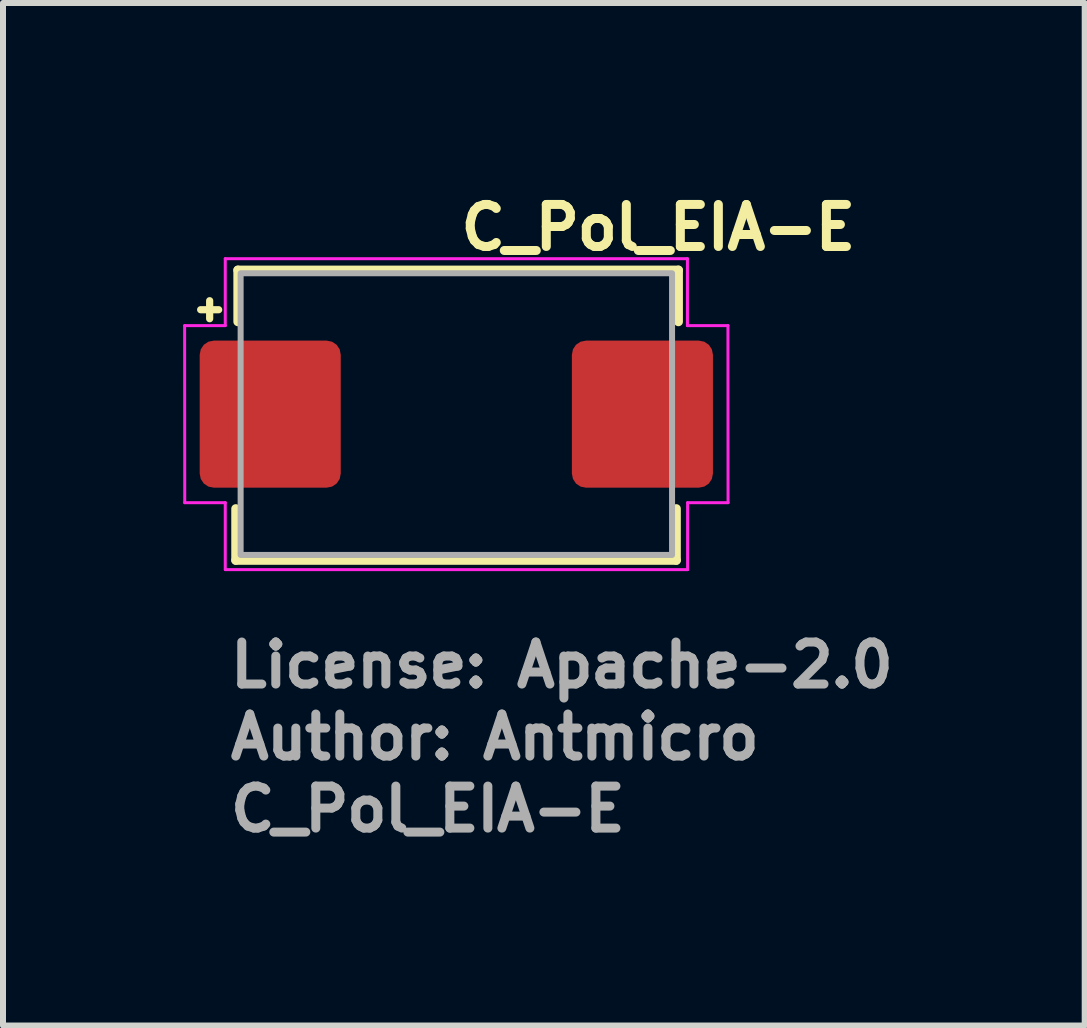
<source format=kicad_pcb>
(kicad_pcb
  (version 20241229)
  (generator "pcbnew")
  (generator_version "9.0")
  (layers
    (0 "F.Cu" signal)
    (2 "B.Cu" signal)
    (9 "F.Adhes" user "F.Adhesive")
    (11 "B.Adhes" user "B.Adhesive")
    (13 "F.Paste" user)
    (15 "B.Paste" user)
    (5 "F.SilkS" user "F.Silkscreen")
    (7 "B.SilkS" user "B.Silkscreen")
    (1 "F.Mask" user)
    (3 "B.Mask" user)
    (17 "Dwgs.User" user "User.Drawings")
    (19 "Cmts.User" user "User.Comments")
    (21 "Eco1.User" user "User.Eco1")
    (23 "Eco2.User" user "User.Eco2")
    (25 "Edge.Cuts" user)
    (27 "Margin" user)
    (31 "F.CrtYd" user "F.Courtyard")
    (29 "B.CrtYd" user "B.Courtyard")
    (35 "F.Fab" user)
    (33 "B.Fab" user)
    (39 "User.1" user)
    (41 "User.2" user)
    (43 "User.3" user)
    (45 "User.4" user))
  (footprint "C_Pol_EIA-E"
    (layer "F.Cu")
    (at 4.553 3.85)
    (property "Reference" "C_Pol_EIA-E" (at 0 -2.7 0) (layer "F.SilkS") (effects (font (size 0.7 0.7) (thickness 0.15)) (justify left bottom)))
    (attr smd)
    (fp_line (start -4.26 -1.74) (end -3.96 -1.74) (stroke (width 0.12) (type solid)) (layer "F.SilkS"))
    (fp_line (start -4.11 -1.89) (end -4.11 -1.59) (stroke (width 0.12) (type solid)) (layer "F.SilkS"))
    (fp_line (start -3.675 1.575) (end -3.675 2.435) (stroke (width 0.15) (type solid)) (layer "F.SilkS"))
    (fp_line (start -3.675 2.435) (end 3.665 2.435) (stroke (width 0.15) (type solid)) (layer "F.SilkS"))
    (fp_line (start -3.64 -1.54) (end -3.64 -2.4) (stroke (width 0.15) (type solid)) (layer "F.SilkS"))
    (fp_line (start 3.665 1.575) (end 3.665 2.435) (stroke (width 0.15) (type solid)) (layer "F.SilkS"))
    (fp_line (start 3.7 -2.4) (end -3.64 -2.4) (stroke (width 0.15) (type solid)) (layer "F.SilkS"))
    (fp_line (start 3.7 -1.54) (end 3.7 -2.4) (stroke (width 0.15) (type solid)) (layer "F.SilkS"))
    (fp_line (start -4.527 -1.475) (end -4.525 1.475) (stroke (width 0.05) (type solid)) (layer "F.CrtYd"))
    (fp_line (start -3.85 -1.475) (end -4.525 -1.475) (stroke (width 0.05) (type solid)) (layer "F.CrtYd"))
    (fp_line (start -3.85 -1.475) (end -3.85 -2.59) (stroke (width 0.05) (type solid)) (layer "F.CrtYd"))
    (fp_line (start -3.85 1.475) (end -4.525 1.475) (stroke (width 0.05) (type solid)) (layer "F.CrtYd"))
    (fp_line (start -3.85 2.59) (end -3.85 1.475) (stroke (width 0.05) (type solid)) (layer "F.CrtYd"))
    (fp_line (start 3.85 -2.59) (end -3.85 -2.59) (stroke (width 0.05) (type solid)) (layer "F.CrtYd"))
    (fp_line (start 3.85 -1.475) (end 3.85 -2.59) (stroke (width 0.05) (type solid)) (layer "F.CrtYd"))
    (fp_line (start 3.85 -1.475) (end 4.525 -1.475) (stroke (width 0.05) (type solid)) (layer "F.CrtYd"))
    (fp_line (start 3.853 2.59) (end -3.848 2.59) (stroke (width 0.05) (type solid)) (layer "F.CrtYd"))
    (fp_line (start 3.853 2.59) (end 3.853 1.475) (stroke (width 0.05) (type solid)) (layer "F.CrtYd"))
    (fp_line (start 4.525 -1.475) (end 4.527 1.475) (stroke (width 0.05) (type solid)) (layer "F.CrtYd"))
    (fp_line (start 4.527 1.475) (end 3.853 1.475) (stroke (width 0.05) (type solid)) (layer "F.CrtYd"))
    (fp_rect (start -3.594 -2.347) (end 3.594 2.346) (stroke (width 0.1) (type solid)) (fill no) (layer "F.Fab"))
    (fp_rect (start -3.594 -2.347) (end 3.594 2.346) (stroke (width 0.1) (type solid)) (fill no) (layer "User.5"))
    (fp_line (start -3.594 -2.346) (end -3.457 -2.208) (stroke (width 0.02) (type solid)) (layer "User.9"))
    (fp_line (start -3.594 -2.346) (end 3.594 -2.346) (stroke (width 0.02) (type solid)) (layer "User.9"))
    (fp_line (start -3.594 -1.192) (end -3.594 -2.346) (stroke (width 0.02) (type solid)) (layer "User.9"))
    (fp_line (start -3.594 1.194) (end -3.594 -1.192) (stroke (width 0.02) (type solid)) (layer "User.9"))
    (fp_line (start -3.594 2.347) (end -3.594 1.194) (stroke (width 0.02) (type solid)) (layer "User.9"))
    (fp_line (start -3.594 2.347) (end 3.594 2.347) (stroke (width 0.02) (type solid)) (layer "User.9"))
    (fp_line (start -3.457 -2.208) (end -3.457 2.21) (stroke (width 0.02) (type solid)) (layer "User.9"))
    (fp_line (start -3.457 -2.208) (end 3.457 -2.208) (stroke (width 0.02) (type solid)) (layer "User.9"))
    (fp_line (start -3.457 2.21) (end -3.594 2.347) (stroke (width 0.02) (type solid)) (layer "User.9"))
    (fp_line (start -3.457 2.21) (end 3.457 2.21) (stroke (width 0.02) (type solid)) (layer "User.9"))
    (fp_line (start -3.297 -2.048) (end -2.144 -2.048) (stroke (width 0.02) (type solid)) (layer "User.9"))
    (fp_line (start -3.297 2.05) (end -3.297 -2.048) (stroke (width 0.02) (type solid)) (layer "User.9"))
    (fp_line (start -2.144 -2.048) (end -2.144 2.05) (stroke (width 0.02) (type solid)) (layer "User.9"))
    (fp_line (start -2.144 2.05) (end -3.297 2.05) (stroke (width 0.02) (type solid)) (layer "User.9"))
    (fp_line (start 3.457 -2.208) (end 3.594 -2.346) (stroke (width 0.02) (type solid)) (layer "User.9"))
    (fp_line (start 3.457 2.21) (end 3.457 -2.208) (stroke (width 0.02) (type solid)) (layer "User.9"))
    (fp_line (start 3.594 -2.346) (end 3.594 -1.192) (stroke (width 0.02) (type solid)) (layer "User.9"))
    (fp_line (start 3.594 -1.192) (end 3.594 1.194) (stroke (width 0.02) (type solid)) (layer "User.9"))
    (fp_line (start 3.594 1.194) (end 3.594 2.347) (stroke (width 0.02) (type solid)) (layer "User.9"))
    (fp_line (start 3.594 2.347) (end 3.457 2.21) (stroke (width 0.02) (type solid)) (layer "User.9"))
    (fp_text user "License: Apache-2.0" (at -3.84 4.59 0) (layer "F.Fab") (effects (font (size 0.7 0.7) (thickness 0.15)) (justify left bottom)))
    (fp_text user "${REFERENCE}" (at -3.84 6.99 0) (layer "F.Fab") (effects (font (size 0.7 0.7) (thickness 0.15)) (justify left bottom)))
    (fp_text user "Author: Antmicro" (at -3.84 5.79 0) (layer "F.Fab") (effects (font (size 0.7 0.7) (thickness 0.15)) (justify left bottom)))
    (pad "1" smd roundrect (at -3.101 0) (size 2.35 2.45) (layers "F.Cu" "F.Mask" "F.Paste") (roundrect_rratio 0.1))
    (pad "2" smd roundrect (at 3.1 0) (size 2.35 2.45) (layers "F.Cu" "F.Mask" "F.Paste") (roundrect_rratio 0.1)))
  (gr_rect
    (start -3 -3)
    (end 15.022 14.036)
    (stroke (width 0.1) (type default))
    (fill no)
    (layer "Edge.Cuts")))
</source>
